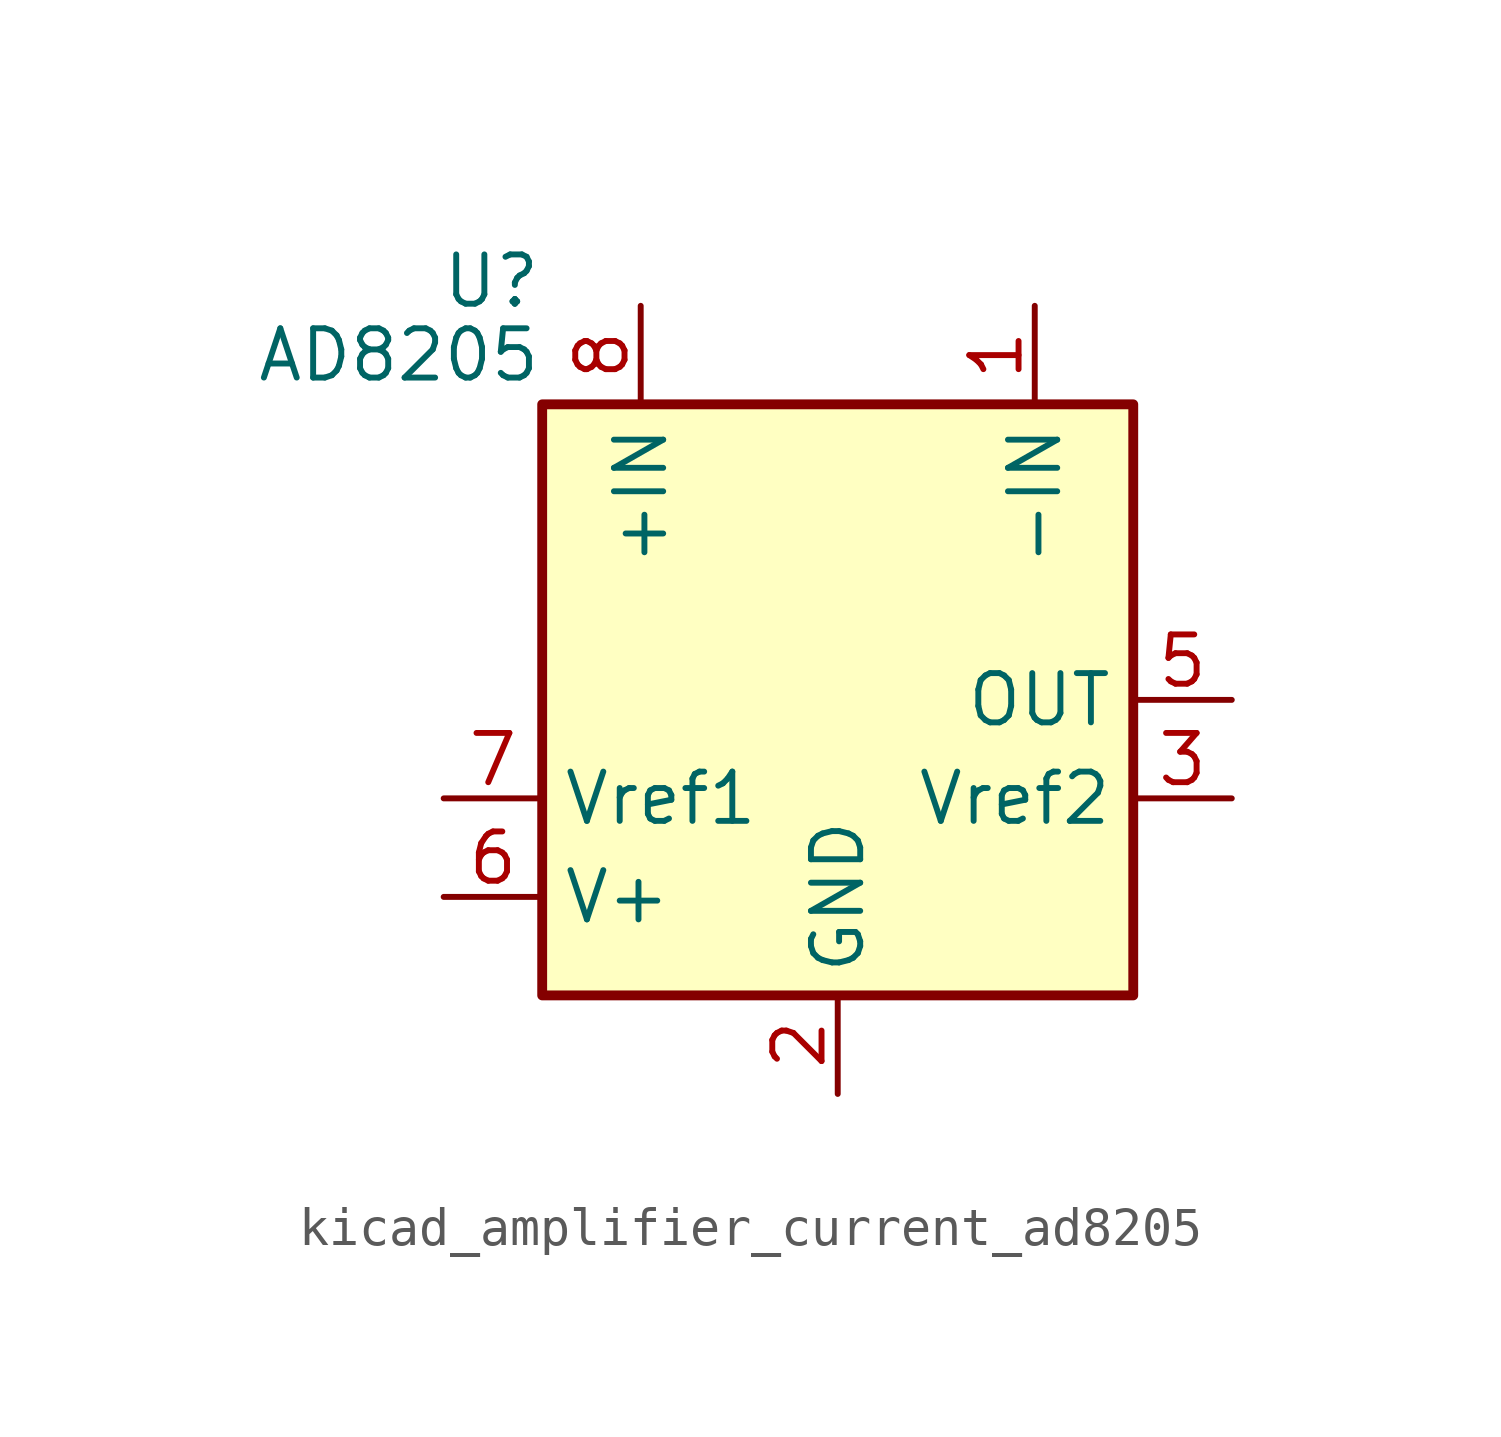
<source format=kicad_sym>
(kicad_symbol_lib
  (version 20220914)
  (generator kicad_symbol_editor)
  (symbol "kicad_amplifier_current_ad8205"
    (property "Reference" "U"
      (at -7.62 10.795 0)
      (effects (font (size 1.27 1.27)) (justify right)))
    (property "Value" "AD8205"
      (at -7.62 8.89 0)
      (effects (font (size 1.27 1.27)) (justify right)))
    (symbol "kicad_amplifier_current_ad8205_0_1"
      (rectangle (start -7.62 7.62) (end 7.62 -7.62) (stroke (width 0.254) (type default)) (fill (type background))))
    (symbol "kicad_amplifier_current_ad8205_1_1"
      (pin input line (at 5.08 10.16 270) (length 2.54) (name "-IN" (effects (font (size 1.27 1.27)))) (number "1" (effects (font (size 1.27 1.27)))))
      (pin power_in line (at 0 -10.16 90) (length 2.54) (name "GND" (effects (font (size 1.27 1.27)))) (number "2" (effects (font (size 1.27 1.27)))))
      (pin input line (at 10.16 -2.54 180) (length 2.54) (name "Vref2" (effects (font (size 1.27 1.27)))) (number "3" (effects (font (size 1.27 1.27)))))
      (pin no_connect line (at 2.54 -7.62 90) (length 2.54) hide (name "NC" (effects (font (size 1.27 1.27)))) (number "4" (effects (font (size 1.27 1.27)))))
      (pin output line (at 10.16 0 180) (length 2.54) (name "OUT" (effects (font (size 1.27 1.27)))) (number "5" (effects (font (size 1.27 1.27)))))
      (pin power_in line (at -10.16 -5.08 0) (length 2.54) (name "V+" (effects (font (size 1.27 1.27)))) (number "6" (effects (font (size 1.27 1.27)))))
      (pin input line (at -10.16 -2.54 0) (length 2.54) (name "Vref1" (effects (font (size 1.27 1.27)))) (number "7" (effects (font (size 1.27 1.27)))))
      (pin input line (at -5.08 10.16 270) (length 2.54) (name "+IN" (effects (font (size 1.27 1.27)))) (number "8" (effects (font (size 1.27 1.27))))))))
</source>
